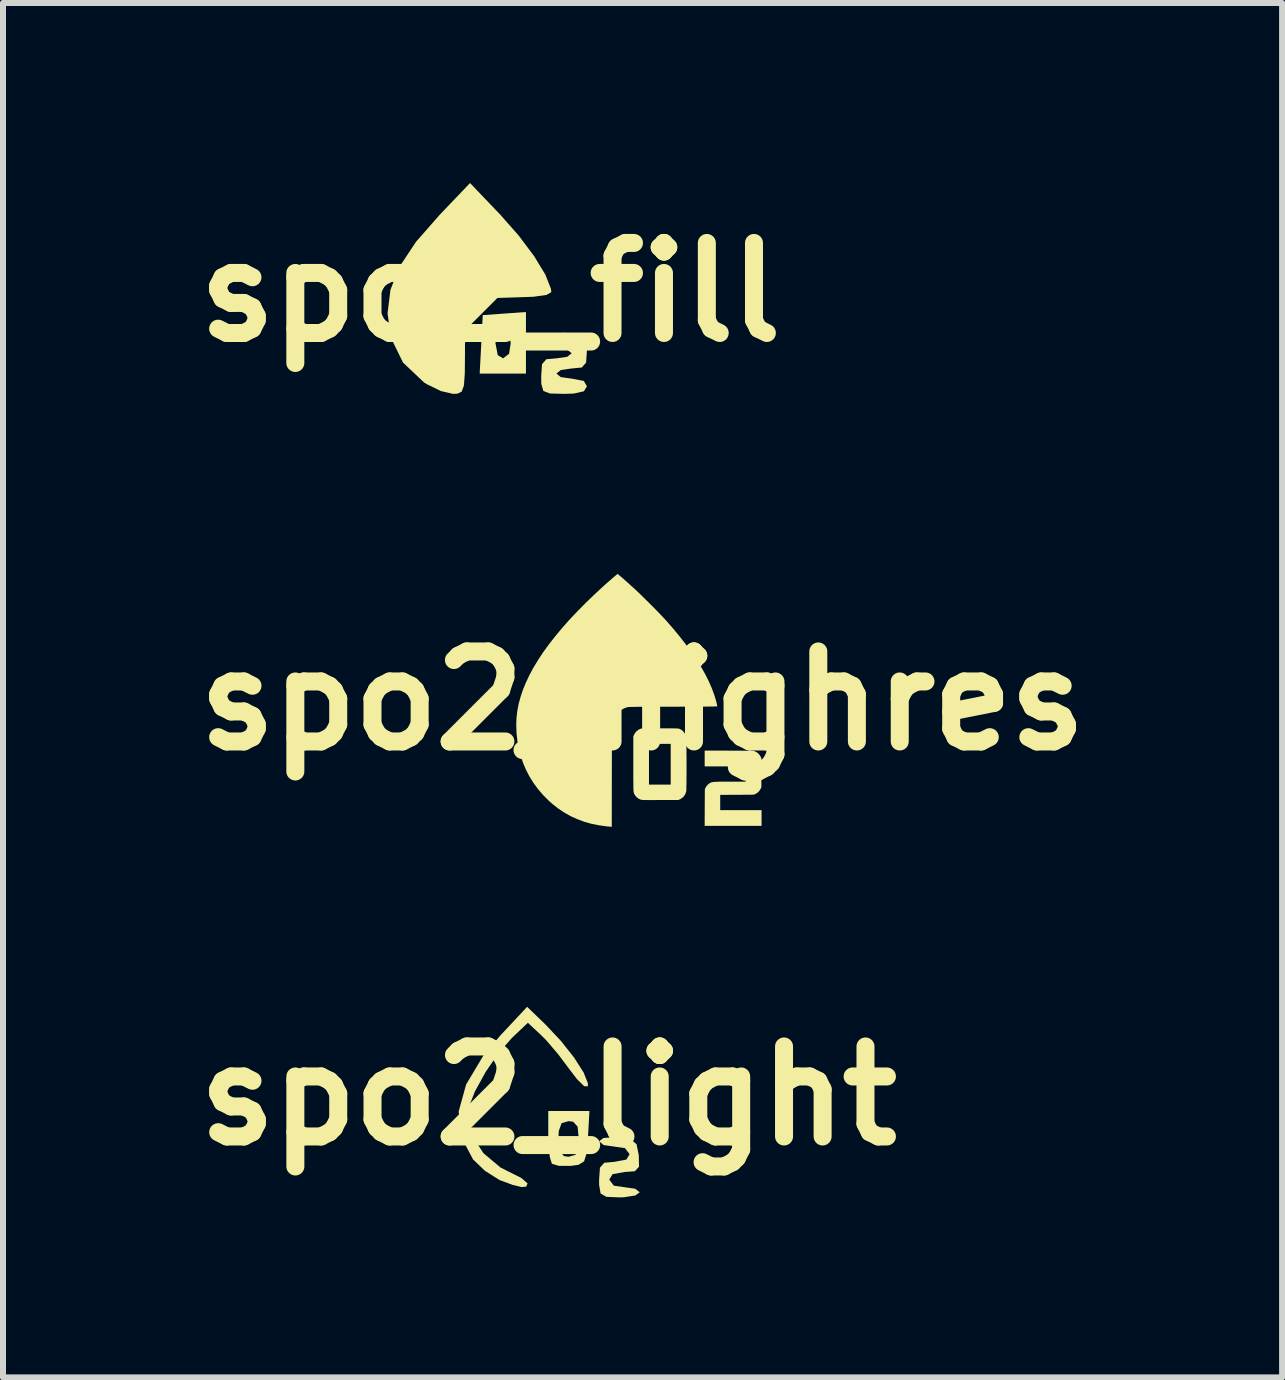
<source format=kicad_pcb>
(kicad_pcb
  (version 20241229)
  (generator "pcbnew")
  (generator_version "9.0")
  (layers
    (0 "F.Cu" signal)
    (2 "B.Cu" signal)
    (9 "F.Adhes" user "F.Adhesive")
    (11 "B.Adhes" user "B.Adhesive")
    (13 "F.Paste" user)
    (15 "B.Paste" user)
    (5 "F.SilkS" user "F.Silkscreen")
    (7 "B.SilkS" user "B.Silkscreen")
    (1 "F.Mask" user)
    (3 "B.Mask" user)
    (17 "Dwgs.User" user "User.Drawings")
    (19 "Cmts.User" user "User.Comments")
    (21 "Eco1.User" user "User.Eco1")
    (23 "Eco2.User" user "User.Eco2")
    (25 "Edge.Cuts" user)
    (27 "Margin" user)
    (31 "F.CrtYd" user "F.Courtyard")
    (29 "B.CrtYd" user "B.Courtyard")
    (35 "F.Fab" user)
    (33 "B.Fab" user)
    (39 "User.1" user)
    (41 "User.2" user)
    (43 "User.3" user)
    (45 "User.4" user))
  (footprint "spo2_highres"
    (layer "F.Cu")
    (at 7.657 8.627)
    (property "Reference" "spo2_highres" (at 0 0 0) (layer "F.SilkS") (effects (font (size 1.5 1.5) (thickness 0.3))))
    (attr board_only exclude_from_pos_files exclude_from_bom)
    (fp_poly (pts (xy 1.442 0.831) (xy 1.848 0.833) (xy 1.876 0.844) (xy 1.907 0.861) (xy 1.936 0.886) (xy 1.958 0.915) (xy 1.967 0.93) (xy 1.98 0.96) (xy 1.98 1.199) (xy 1.98 1.438) (xy 1.967 1.468) (xy 1.945 1.503) (xy 1.917 1.531) (xy 1.883 1.552) (xy 1.853 1.565) (xy 1.574 1.567) (xy 1.294 1.568) (xy 1.294 1.695) (xy 1.294 1.822) (xy 1.638 1.822) (xy 1.983 1.822) (xy 1.983 1.953) (xy 1.983 2.085) (xy 1.509 2.085) (xy 1.035 2.085) (xy 1.036 1.779) (xy 1.038 1.472) (xy 1.051 1.445) (xy 1.07 1.417) (xy 1.094 1.391) (xy 1.122 1.371) (xy 1.127 1.368) (xy 1.136 1.364) (xy 1.145 1.36) (xy 1.156 1.357) (xy 1.17 1.355) (xy 1.187 1.353) (xy 1.207 1.351) (xy 1.232 1.35) (xy 1.263 1.349) (xy 1.301 1.348) (xy 1.345 1.348) (xy 1.398 1.348) (xy 1.46 1.348) (xy 1.461 1.348) (xy 1.719 1.348) (xy 1.719 1.221) (xy 1.719 1.094) (xy 1.377 1.094) (xy 1.035 1.094) (xy 1.035 0.962) (xy 1.035 0.83)) (stroke (width 0) (type solid)) (fill yes) (layer "F.SilkS"))
    (fp_poly (pts (xy 0.35 0.459) (xy 0.403 0.459) (xy 0.448 0.459) (xy 0.485 0.459) (xy 0.516 0.46) (xy 0.541 0.46) (xy 0.56 0.461) (xy 0.576 0.461) (xy 0.588 0.462) (xy 0.597 0.464) (xy 0.604 0.465) (xy 0.611 0.467) (xy 0.616 0.469) (xy 0.617 0.469) (xy 0.65 0.486) (xy 0.679 0.511) (xy 0.703 0.542) (xy 0.72 0.577) (xy 0.726 0.595) (xy 0.727 0.605) (xy 0.728 0.623) (xy 0.729 0.649) (xy 0.73 0.683) (xy 0.73 0.722) (xy 0.731 0.768) (xy 0.732 0.817) (xy 0.732 0.87) (xy 0.732 0.927) (xy 0.733 0.984) (xy 0.733 1.043) (xy 0.733 1.102) (xy 0.733 1.161) (xy 0.733 1.218) (xy 0.732 1.272) (xy 0.732 1.323) (xy 0.732 1.369) (xy 0.731 1.411) (xy 0.73 1.446) (xy 0.73 1.475) (xy 0.729 1.496) (xy 0.728 1.508) (xy 0.728 1.509) (xy 0.715 1.549) (xy 0.695 1.584) (xy 0.667 1.614) (xy 0.633 1.637) (xy 0.626 1.64) (xy 0.598 1.653) (xy 0.295 1.654) (xy 0.233 1.654) (xy 0.18 1.655) (xy 0.135 1.655) (xy 0.097 1.655) (xy 0.066 1.654) (xy 0.041 1.654) (xy 0.021 1.653) (xy 0.005 1.653) (xy -0.007 1.652) (xy -0.016 1.651) (xy -0.023 1.649) (xy -0.029 1.648) (xy -0.033 1.647) (xy -0.07 1.629) (xy -0.102 1.604) (xy -0.127 1.573) (xy -0.145 1.538) (xy -0.145 1.537) (xy -0.146 1.532) (xy -0.148 1.527) (xy -0.149 1.52) (xy -0.15 1.512) (xy -0.151 1.5) (xy -0.151 1.486) (xy -0.152 1.468) (xy -0.153 1.445) (xy -0.153 1.418) (xy -0.153 1.385) (xy -0.153 1.345) (xy -0.154 1.299) (xy -0.154 1.246) (xy -0.154 1.184) (xy -0.154 1.114) (xy -0.154 1.052) (xy -0.154 0.718) (xy 0.107 0.718) (xy 0.107 1.057) (xy 0.107 1.397) (xy 0.288 1.397) (xy 0.469 1.397) (xy 0.469 1.057) (xy 0.469 0.718) (xy 0.288 0.718) (xy 0.107 0.718) (xy -0.154 0.718) (xy -0.154 0.593) (xy -0.14 0.563) (xy -0.122 0.533) (xy -0.098 0.506) (xy -0.07 0.484) (xy -0.041 0.469) (xy -0.036 0.467) (xy -0.03 0.465) (xy -0.023 0.464) (xy -0.014 0.463) (xy -0.003 0.462) (xy 0.012 0.461) (xy 0.03 0.46) (xy 0.054 0.46) (xy 0.083 0.459) (xy 0.118 0.459) (xy 0.161 0.459) (xy 0.212 0.459) (xy 0.271 0.459) (xy 0.288 0.459)) (stroke (width 0) (type solid)) (fill yes) (layer "F.SilkS"))
    (fp_poly (pts (xy -0.41 -2.11) (xy -0.399 -2.1) (xy -0.382 -2.086) (xy -0.36 -2.067) (xy -0.335 -2.046) (xy -0.307 -2.021) (xy -0.278 -1.995) (xy -0.247 -1.968) (xy -0.216 -1.94) (xy -0.187 -1.913) (xy -0.158 -1.888) (xy -0.137 -1.869) (xy -0.107 -1.841) (xy -0.072 -1.808) (xy -0.033 -1.77) (xy 0.009 -1.729) (xy 0.054 -1.684) (xy 0.1 -1.639) (xy 0.147 -1.592) (xy 0.193 -1.546) (xy 0.237 -1.501) (xy 0.279 -1.458) (xy 0.317 -1.418) (xy 0.35 -1.383) (xy 0.378 -1.353) (xy 0.392 -1.338) (xy 0.513 -1.199) (xy 0.624 -1.064) (xy 0.727 -0.932) (xy 0.821 -0.803) (xy 0.906 -0.678) (xy 0.981 -0.555) (xy 1.048 -0.436) (xy 1.106 -0.319) (xy 1.155 -0.206) (xy 1.196 -0.095) (xy 1.228 0.012) (xy 1.233 0.034) (xy 1.238 0.056) (xy 1.242 0.074) (xy 1.245 0.087) (xy 1.245 0.091) (xy 1.243 0.092) (xy 1.237 0.093) (xy 1.227 0.094) (xy 1.212 0.094) (xy 1.191 0.095) (xy 1.165 0.096) (xy 1.132 0.096) (xy 1.094 0.097) (xy 1.049 0.097) (xy 0.996 0.097) (xy 0.936 0.098) (xy 0.868 0.098) (xy 0.792 0.098) (xy 0.708 0.098) (xy 0.614 0.099) (xy 0.511 0.099) (xy 0.509 0.099) (xy 0.41 0.099) (xy 0.319 0.099) (xy 0.238 0.1) (xy 0.165 0.1) (xy 0.1 0.1) (xy 0.042 0.1) (xy -0.009 0.101) (xy -0.054 0.101) (xy -0.092 0.101) (xy -0.125 0.102) (xy -0.154 0.102) (xy -0.177 0.103) (xy -0.197 0.103) (xy -0.213 0.104) (xy -0.226 0.104) (xy -0.236 0.105) (xy -0.244 0.106) (xy -0.25 0.107) (xy -0.256 0.108) (xy -0.259 0.109) (xy -0.306 0.126) (xy -0.349 0.149) (xy -0.391 0.18) (xy -0.405 0.193) (xy -0.438 0.228) (xy -0.463 0.262) (xy -0.483 0.3) (xy -0.497 0.335) (xy -0.51 0.374) (xy -0.512 1.237) (xy -0.513 2.1) (xy -0.524 2.099) (xy -0.533 2.099) (xy -0.549 2.097) (xy -0.571 2.095) (xy -0.595 2.093) (xy -0.596 2.093) (xy -0.726 2.075) (xy -0.852 2.05) (xy -0.972 2.016) (xy -1.087 1.973) (xy -1.198 1.923) (xy -1.304 1.863) (xy -1.405 1.796) (xy -1.503 1.719) (xy -1.567 1.662) (xy -1.659 1.569) (xy -1.742 1.472) (xy -1.817 1.37) (xy -1.884 1.263) (xy -1.942 1.151) (xy -1.991 1.035) (xy -2.032 0.916) (xy -2.063 0.792) (xy -2.086 0.665) (xy -2.1 0.534) (xy -2.105 0.399) (xy -2.105 0.396) (xy -2.1 0.283) (xy -2.087 0.169) (xy -2.065 0.053) (xy -2.033 -0.064) (xy -1.993 -0.184) (xy -1.943 -0.305) (xy -1.885 -0.428) (xy -1.817 -0.554) (xy -1.74 -0.681) (xy -1.654 -0.811) (xy -1.559 -0.942) (xy -1.454 -1.076) (xy -1.341 -1.212) (xy -1.218 -1.351) (xy -1.085 -1.491) (xy -0.943 -1.635) (xy -0.792 -1.78) (xy -0.686 -1.879) (xy -0.659 -1.903) (xy -0.631 -1.929) (xy -0.6 -1.956) (xy -0.57 -1.983) (xy -0.539 -2.009) (xy -0.511 -2.034) (xy -0.484 -2.057) (xy -0.46 -2.077) (xy -0.441 -2.094) (xy -0.426 -2.106) (xy -0.417 -2.112) (xy -0.415 -2.114)) (stroke (width 0) (type solid)) (fill yes) (layer "F.SilkS")))
  (footprint "spo2_light"
    (layer "F.Cu")
    (at 6.086 15.209)
    (property "Reference" "spo2_light" (at 0 0 0) (layer "F.SilkS") (effects (font (size 1.5 1.5) (thickness 0.3))))
    (attr board_only exclude_from_pos_files exclude_from_bom)
    (fp_poly (pts (xy 0.661 0.699) (xy 0.639 0.958) (xy 0.597 1.093) (xy 0.505 1.15) (xy 0.378 1.168) (xy 0.177 1.168) (xy 0.06 1.133) (xy 0.025 1.019) (xy 0.003 0.798) (xy 0.001 0.72) (xy 0.169 0.72) (xy 0.188 0.924) (xy 0.262 1.006) (xy 0.339 1.016) (xy 0.455 0.983) (xy 0.502 0.853) (xy 0.508 0.72) (xy 0.489 0.515) (xy 0.415 0.433) (xy 0.339 0.423) (xy 0.222 0.456) (xy 0.175 0.586) (xy 0.169 0.72) (xy 0.001 0.72) (xy 0 0.663) (xy 0 0.254) (xy 0.343 0.254) (xy 0.686 0.254)) (stroke (width 0) (type solid)) (fill yes) (layer "F.SilkS"))
    (fp_poly (pts (xy 1.164 0.693) (xy 1.375 0.726) (xy 1.471 0.807) (xy 1.507 0.986) (xy 1.508 0.995) (xy 1.512 1.183) (xy 1.442 1.258) (xy 1.275 1.27) (xy 1.071 1.306) (xy 1.016 1.397) (xy 1.092 1.498) (xy 1.27 1.524) (xy 1.448 1.549) (xy 1.524 1.608) (xy 1.524 1.609) (xy 1.449 1.662) (xy 1.261 1.691) (xy 1.185 1.693) (xy 0.968 1.684) (xy 0.872 1.629) (xy 0.847 1.484) (xy 0.847 1.397) (xy 0.861 1.198) (xy 0.933 1.116) (xy 1.101 1.101) (xy 1.302 1.063) (xy 1.355 0.974) (xy 1.279 0.873) (xy 1.101 0.847) (xy 0.922 0.821) (xy 0.847 0.758) (xy 0.847 0.757) (xy 0.922 0.703) (xy 1.116 0.69)) (stroke (width 0) (type solid)) (fill yes) (layer "F.SilkS"))
    (fp_poly (pts (xy -0.049 -1.19) (xy 0.209 -0.916) (xy 0.43 -0.637) (xy 0.589 -0.388) (xy 0.661 -0.206) (xy 0.659 -0.157) (xy 0.598 -0.16) (xy 0.476 -0.28) (xy 0.363 -0.428) (xy 0.167 -0.689) (xy -0.035 -0.926) (xy -0.119 -1.01) (xy -0.34 -1.216) (xy -0.602 -0.968) (xy -0.827 -0.713) (xy -1.043 -0.398) (xy -1.221 -0.075) (xy -1.332 0.206) (xy -1.354 0.339) (xy -1.279 0.653) (xy -1.081 0.956) (xy -0.798 1.194) (xy -0.675 1.257) (xy -0.452 1.368) (xy -0.345 1.46) (xy -0.368 1.514) (xy -0.445 1.521) (xy -0.591 1.486) (xy -0.801 1.408) (xy -0.812 1.404) (xy -1.055 1.251) (xy -1.254 1.06) (xy -1.455 0.679) (xy -1.493 0.262) (xy -1.369 -0.188) (xy -1.084 -0.666) (xy -0.802 -1.001) (xy -0.352 -1.482)) (stroke (width 0) (type solid)) (fill yes) (layer "F.SilkS")))
  (footprint "spo2_fill"
    (layer "F.Cu")
    (at 5.121 1.82)
    (property "Reference" "spo2_fill" (at 0 0 0) (layer "F.SilkS") (effects (font (size 1.5 1.5) (thickness 0.3))))
    (attr board_only exclude_from_pos_files exclude_from_bom)
    (fp_poly (pts (xy 0.593 0.842) (xy 0.593 1.355) (xy 0.207 1.355) (xy -0.178 1.355) (xy -0.152 0.868) (xy -0.151 0.847) (xy 0.085 0.847) (xy 0.123 1.048) (xy 0.212 1.101) (xy 0.312 1.025) (xy 0.339 0.847) (xy 0.301 0.645) (xy 0.212 0.593) (xy 0.111 0.668) (xy 0.085 0.847) (xy -0.151 0.847) (xy -0.127 0.381) (xy 0.233 0.355) (xy 0.593 0.329)) (stroke (width 0) (type solid)) (fill yes) (layer "F.SilkS"))
    (fp_poly (pts (xy 0.168 -1.29) (xy 0.473 -0.944) (xy 0.73 -0.601) (xy 0.916 -0.295) (xy 1.009 -0.059) (xy 1.016 -0.003) (xy 0.937 0.044) (xy 0.719 0.075) (xy 0.429 0.085) (xy 0.057 0.097) (xy -0.188 0.154) (xy -0.332 0.284) (xy -0.402 0.516) (xy -0.423 0.879) (xy -0.423 1.022) (xy -0.426 1.356) (xy -0.441 1.556) (xy -0.478 1.656) (xy -0.548 1.69) (xy -0.622 1.693) (xy -0.822 1.647) (xy -1.059 1.532) (xy -1.105 1.503) (xy -1.454 1.173) (xy -1.658 0.758) (xy -1.713 0.351) (xy -1.665 -0.041) (xy -1.512 -0.429) (xy -1.238 -0.842) (xy -0.845 -1.29) (xy -0.339 -1.82)) (stroke (width 0) (type solid)) (fill yes) (layer "F.SilkS"))
    (fp_poly (pts (xy 1.462 0.684) (xy 1.573 0.727) (xy 1.606 0.842) (xy 1.609 0.974) (xy 1.595 1.173) (xy 1.523 1.254) (xy 1.355 1.27) (xy 1.176 1.295) (xy 1.101 1.354) (xy 1.101 1.355) (xy 1.174 1.414) (xy 1.352 1.439) (xy 1.355 1.439) (xy 1.556 1.477) (xy 1.609 1.566) (xy 1.559 1.65) (xy 1.389 1.688) (xy 1.228 1.693) (xy 0.994 1.687) (xy 0.883 1.644) (xy 0.849 1.529) (xy 0.847 1.397) (xy 0.861 1.198) (xy 0.933 1.116) (xy 1.101 1.101) (xy 1.279 1.076) (xy 1.355 1.017) (xy 1.355 1.016) (xy 1.281 0.957) (xy 1.104 0.931) (xy 1.101 0.931) (xy 0.899 0.893) (xy 0.847 0.804) (xy 0.897 0.721) (xy 1.066 0.682) (xy 1.228 0.677)) (stroke (width 0) (type solid)) (fill yes) (layer "F.SilkS")))
  (gr_rect
    (start -3 -3)
    (end 18.314 19.902)
    (stroke (width 0.1) (type default))
    (fill no)
    (layer "Edge.Cuts")))
</source>
